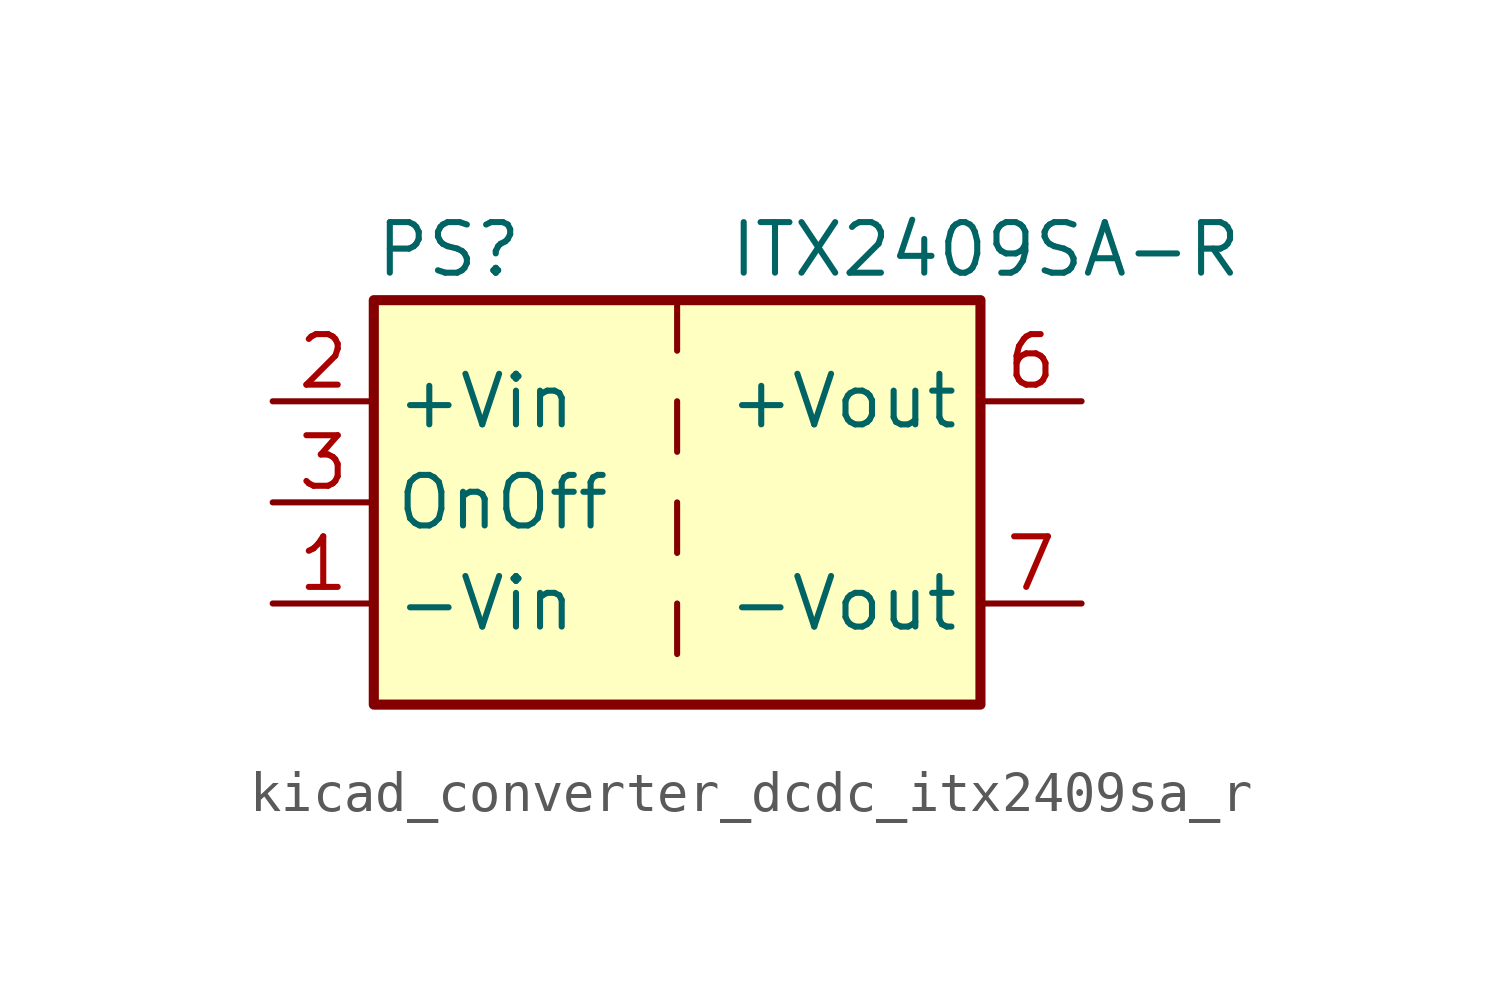
<source format=kicad_sym>
(kicad_symbol_lib
  (version 20220914)
  (generator kicad_symbol_editor)
  (symbol "kicad_converter_dcdc_itx2409sa_r"
    (property "Reference" "PS"
      (at -7.62 6.35 0)
      (effects (font (size 1.27 1.27)) (justify left)))
    (property "Value" "ITX2409SA-R"
      (at 1.27 6.35 0)
      (effects (font (size 1.27 1.27)) (justify left)))
    (symbol "kicad_converter_dcdc_itx2409sa_r_0_0"
      (pin power_in line (at -10.16 -2.54 0) (length 2.54) (name "-Vin" (effects (font (size 1.27 1.27)))) (number "1" (effects (font (size 1.27 1.27)))))
      (pin power_in line (at -10.16 2.54 0) (length 2.54) (name "+Vin" (effects (font (size 1.27 1.27)))) (number "2" (effects (font (size 1.27 1.27)))))
      (pin input line (at -10.16 0 0) (length 2.54) (name "OnOff" (effects (font (size 1.27 1.27)))) (number "3" (effects (font (size 1.27 1.27)))))
      (pin no_connect line (at 0 5.08 270) (length 2.54) hide (name "NC" (effects (font (size 1.27 1.27)))) (number "5" (effects (font (size 1.27 1.27)))))
      (pin power_out line (at 10.16 2.54 180) (length 2.54) (name "+Vout" (effects (font (size 1.27 1.27)))) (number "6" (effects (font (size 1.27 1.27)))))
      (pin power_out line (at 10.16 -2.54 180) (length 2.54) (name "-Vout" (effects (font (size 1.27 1.27)))) (number "7" (effects (font (size 1.27 1.27)))))
      (pin no_connect line (at 7.62 0 180) (length 2.54) hide (name "NC" (effects (font (size 1.27 1.27)))) (number "8" (effects (font (size 1.27 1.27))))))
    (symbol "kicad_converter_dcdc_itx2409sa_r_0_1"
      (rectangle (start -7.62 5.08) (end 7.62 -5.08) (stroke (width 0.254) (type default)) (fill (type background)))
      (polyline (pts (xy 0 -2.54) (xy 0 -3.81)) (stroke (width 0) (type default)) (fill (type none)))
      (polyline (pts (xy 0 0) (xy 0 -1.27)) (stroke (width 0) (type default)) (fill (type none)))
      (polyline (pts (xy 0 2.54) (xy 0 1.27)) (stroke (width 0) (type default)) (fill (type none)))
      (polyline (pts (xy 0 5.08) (xy 0 3.81)) (stroke (width 0) (type default)) (fill (type none))))))
</source>
